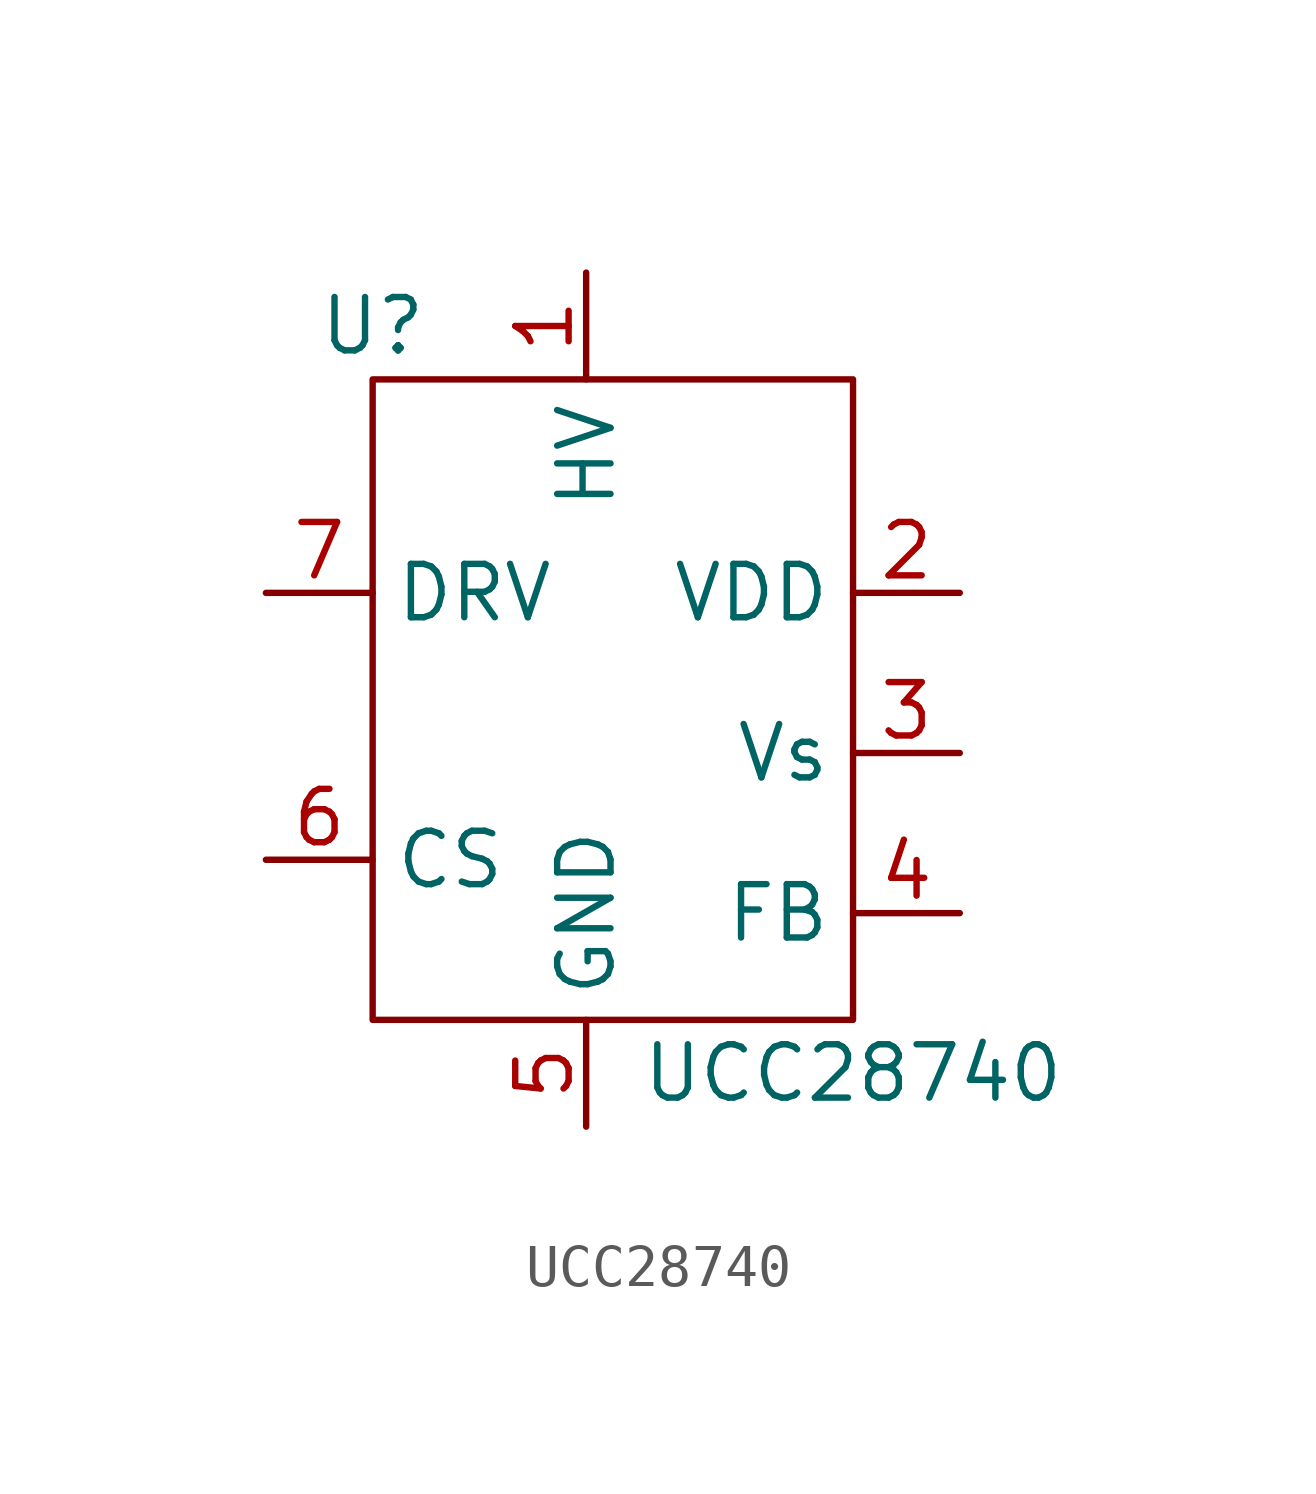
<source format=kicad_sym>
(kicad_symbol_lib
  (version 20211014)
  (generator kicad_symbol_editor)
  (symbol "UCC28740"
    (property "Reference" "U"
      (at -5.08 8.89 0)
      (effects (font (size 1.27 1.27))))
    (property "Value" "UCC28740"
      (at 6.35 -8.89 0)
      (effects (font (size 1.27 1.27))))
    (symbol "UCC28740_0_1"
      (rectangle (start -5.08 7.62) (end 6.35 -7.62) (stroke (width 0) (type default) (color 0 0 0 0)) (fill (type none))))
    (symbol "UCC28740_1_1"
      (pin input line (at 0 10.16 270) (length 2.54) (name "HV" (effects (font (size 1.27 1.27)))) (number "1" (effects (font (size 1.27 1.27)))))
      (pin input line (at 8.89 2.54 180) (length 2.54) (name "VDD" (effects (font (size 1.27 1.27)))) (number "2" (effects (font (size 1.27 1.27)))))
      (pin input line (at 8.89 -1.27 180) (length 2.54) (name "Vs" (effects (font (size 1.27 1.27)))) (number "3" (effects (font (size 1.27 1.27)))))
      (pin input line (at 8.89 -5.08 180) (length 2.54) (name "FB" (effects (font (size 1.27 1.27)))) (number "4" (effects (font (size 1.27 1.27)))))
      (pin input line (at 0 -10.16 90) (length 2.54) (name "GND" (effects (font (size 1.27 1.27)))) (number "5" (effects (font (size 1.27 1.27)))))
      (pin input line (at -7.62 -3.81 0) (length 2.54) (name "CS" (effects (font (size 1.27 1.27)))) (number "6" (effects (font (size 1.27 1.27)))))
      (pin input line (at -7.62 2.54 0) (length 2.54) (name "DRV" (effects (font (size 1.27 1.27)))) (number "7" (effects (font (size 1.27 1.27))))))))
</source>
